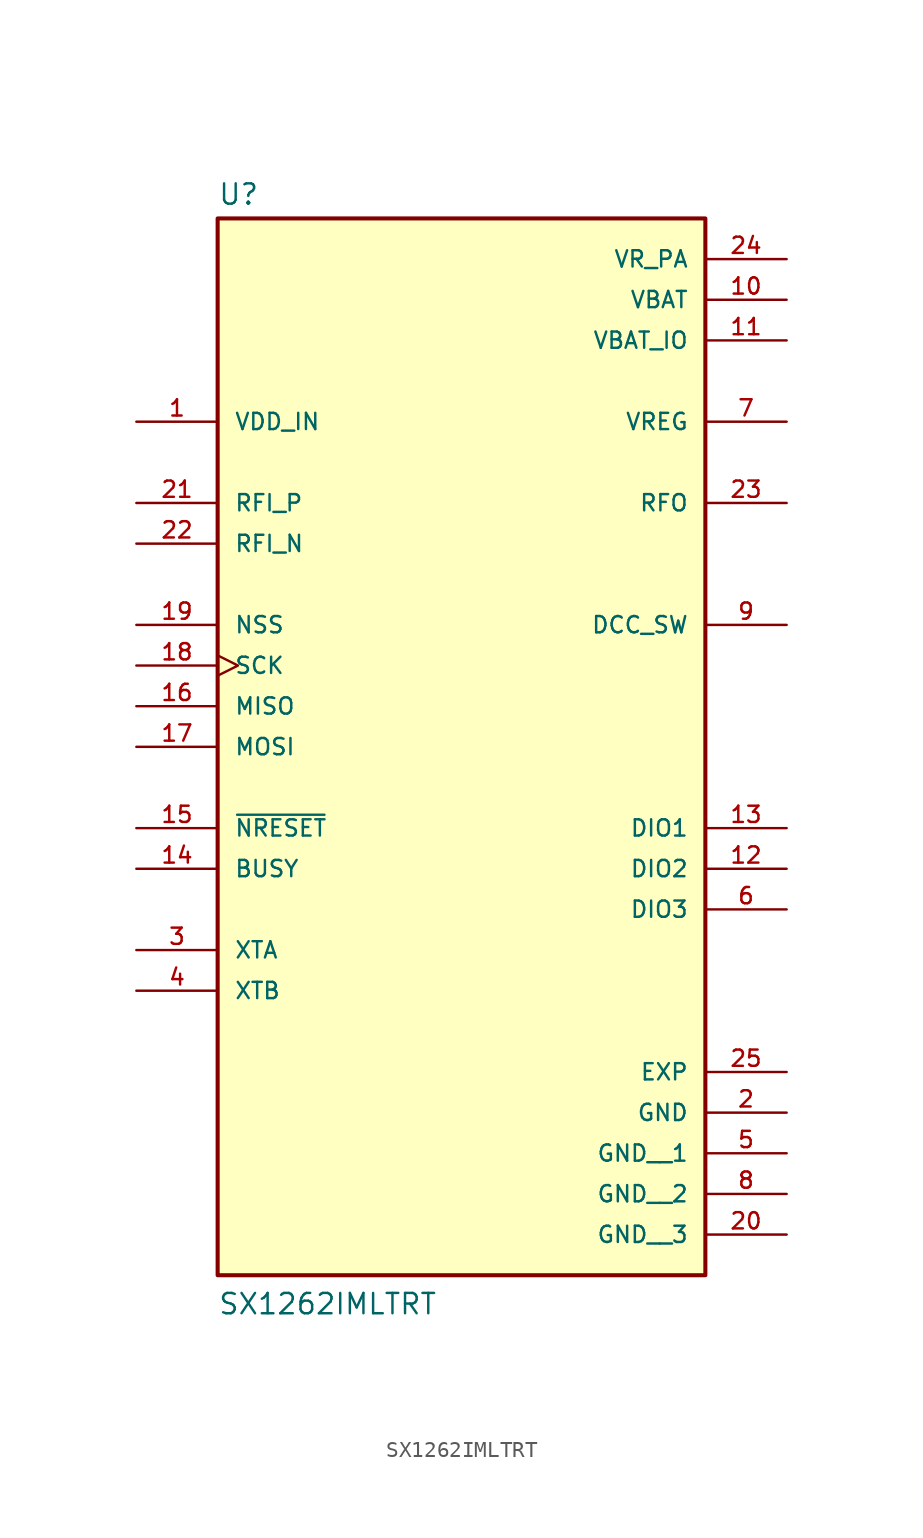
<source format=kicad_sym>
(kicad_symbol_lib
  (version 20211014)
  (generator kicad_symbol_editor)
  (symbol "SX1262IMLTRT"
    (pin_names
      (offset 1.016))
    (property "Reference" "U"
      (at -15.24 28.702 0)
      (effects (font (size 1.27 1.27)) (justify bottom left)))
    (property "Value" "SX1262IMLTRT"
      (at -15.24 -40.64 0)
      (effects (font (size 1.27 1.27)) (justify bottom left)))
    (symbol "SX1262IMLTRT_0_0"
      (rectangle (start -15.24 -38.1) (end 15.24 27.94) (stroke (width 0.254)) (fill (type background)))
      (pin power_in line (at 20.32 -25.4 180.0) (length 5.08) (name "EXP" (effects (font (size 1.016 1.016)))) (number "25" (effects (font (size 1.016 1.016)))))
      (pin input line (at -20.32 15.24 0) (length 5.08) (name "VDD_IN" (effects (font (size 1.016 1.016)))) (number "1" (effects (font (size 1.016 1.016)))))
      (pin power_in line (at 20.32 -27.94 180.0) (length 5.08) (name "GND" (effects (font (size 1.016 1.016)))) (number "2" (effects (font (size 1.016 1.016)))))
      (pin bidirectional line (at -20.32 -17.78 0) (length 5.08) (name "XTA" (effects (font (size 1.016 1.016)))) (number "3" (effects (font (size 1.016 1.016)))))
      (pin bidirectional line (at -20.32 -20.32 0) (length 5.08) (name "XTB" (effects (font (size 1.016 1.016)))) (number "4" (effects (font (size 1.016 1.016)))))
      (pin bidirectional line (at 20.32 -15.24 180.0) (length 5.08) (name "DIO3" (effects (font (size 1.016 1.016)))) (number "6" (effects (font (size 1.016 1.016)))))
      (pin output line (at 20.32 15.24 180.0) (length 5.08) (name "VREG" (effects (font (size 1.016 1.016)))) (number "7" (effects (font (size 1.016 1.016)))))
      (pin output line (at 20.32 2.54 180.0) (length 5.08) (name "DCC_SW" (effects (font (size 1.016 1.016)))) (number "9" (effects (font (size 1.016 1.016)))))
      (pin power_in line (at 20.32 22.86 180.0) (length 5.08) (name "VBAT" (effects (font (size 1.016 1.016)))) (number "10" (effects (font (size 1.016 1.016)))))
      (pin power_in line (at 20.32 20.32 180.0) (length 5.08) (name "VBAT_IO" (effects (font (size 1.016 1.016)))) (number "11" (effects (font (size 1.016 1.016)))))
      (pin bidirectional line (at 20.32 -12.7 180.0) (length 5.08) (name "DIO2" (effects (font (size 1.016 1.016)))) (number "12" (effects (font (size 1.016 1.016)))))
      (pin bidirectional line (at 20.32 -10.16 180.0) (length 5.08) (name "DIO1" (effects (font (size 1.016 1.016)))) (number "13" (effects (font (size 1.016 1.016)))))
      (pin bidirectional line (at -20.32 -12.7 0) (length 5.08) (name "BUSY" (effects (font (size 1.016 1.016)))) (number "14" (effects (font (size 1.016 1.016)))))
      (pin bidirectional line (at -20.32 -10.16 0) (length 5.08) (name "~{NRESET}" (effects (font (size 1.016 1.016)))) (number "15" (effects (font (size 1.016 1.016)))))
      (pin output line (at -20.32 -2.54 0) (length 5.08) (name "MISO" (effects (font (size 1.016 1.016)))) (number "16" (effects (font (size 1.016 1.016)))))
      (pin input line (at -20.32 -5.08 0) (length 5.08) (name "MOSI" (effects (font (size 1.016 1.016)))) (number "17" (effects (font (size 1.016 1.016)))))
      (pin input clock (at -20.32 0.0 0) (length 5.08) (name "SCK" (effects (font (size 1.016 1.016)))) (number "18" (effects (font (size 1.016 1.016)))))
      (pin input line (at -20.32 2.54 0) (length 5.08) (name "NSS" (effects (font (size 1.016 1.016)))) (number "19" (effects (font (size 1.016 1.016)))))
      (pin input line (at -20.32 10.16 0) (length 5.08) (name "RFI_P" (effects (font (size 1.016 1.016)))) (number "21" (effects (font (size 1.016 1.016)))))
      (pin input line (at -20.32 7.62 0) (length 5.08) (name "RFI_N" (effects (font (size 1.016 1.016)))) (number "22" (effects (font (size 1.016 1.016)))))
      (pin output line (at 20.32 10.16 180.0) (length 5.08) (name "RFO" (effects (font (size 1.016 1.016)))) (number "23" (effects (font (size 1.016 1.016)))))
      (pin power_in line (at 20.32 25.4 180.0) (length 5.08) (name "VR_PA" (effects (font (size 1.016 1.016)))) (number "24" (effects (font (size 1.016 1.016)))))
      (pin power_in line (at 20.32 -30.48 180.0) (length 5.08) (name "GND__1" (effects (font (size 1.016 1.016)))) (number "5" (effects (font (size 1.016 1.016)))))
      (pin power_in line (at 20.32 -33.02 180.0) (length 5.08) (name "GND__2" (effects (font (size 1.016 1.016)))) (number "8" (effects (font (size 1.016 1.016)))))
      (pin power_in line (at 20.32 -35.56 180.0) (length 5.08) (name "GND__3" (effects (font (size 1.016 1.016)))) (number "20" (effects (font (size 1.016 1.016))))))))
</source>
